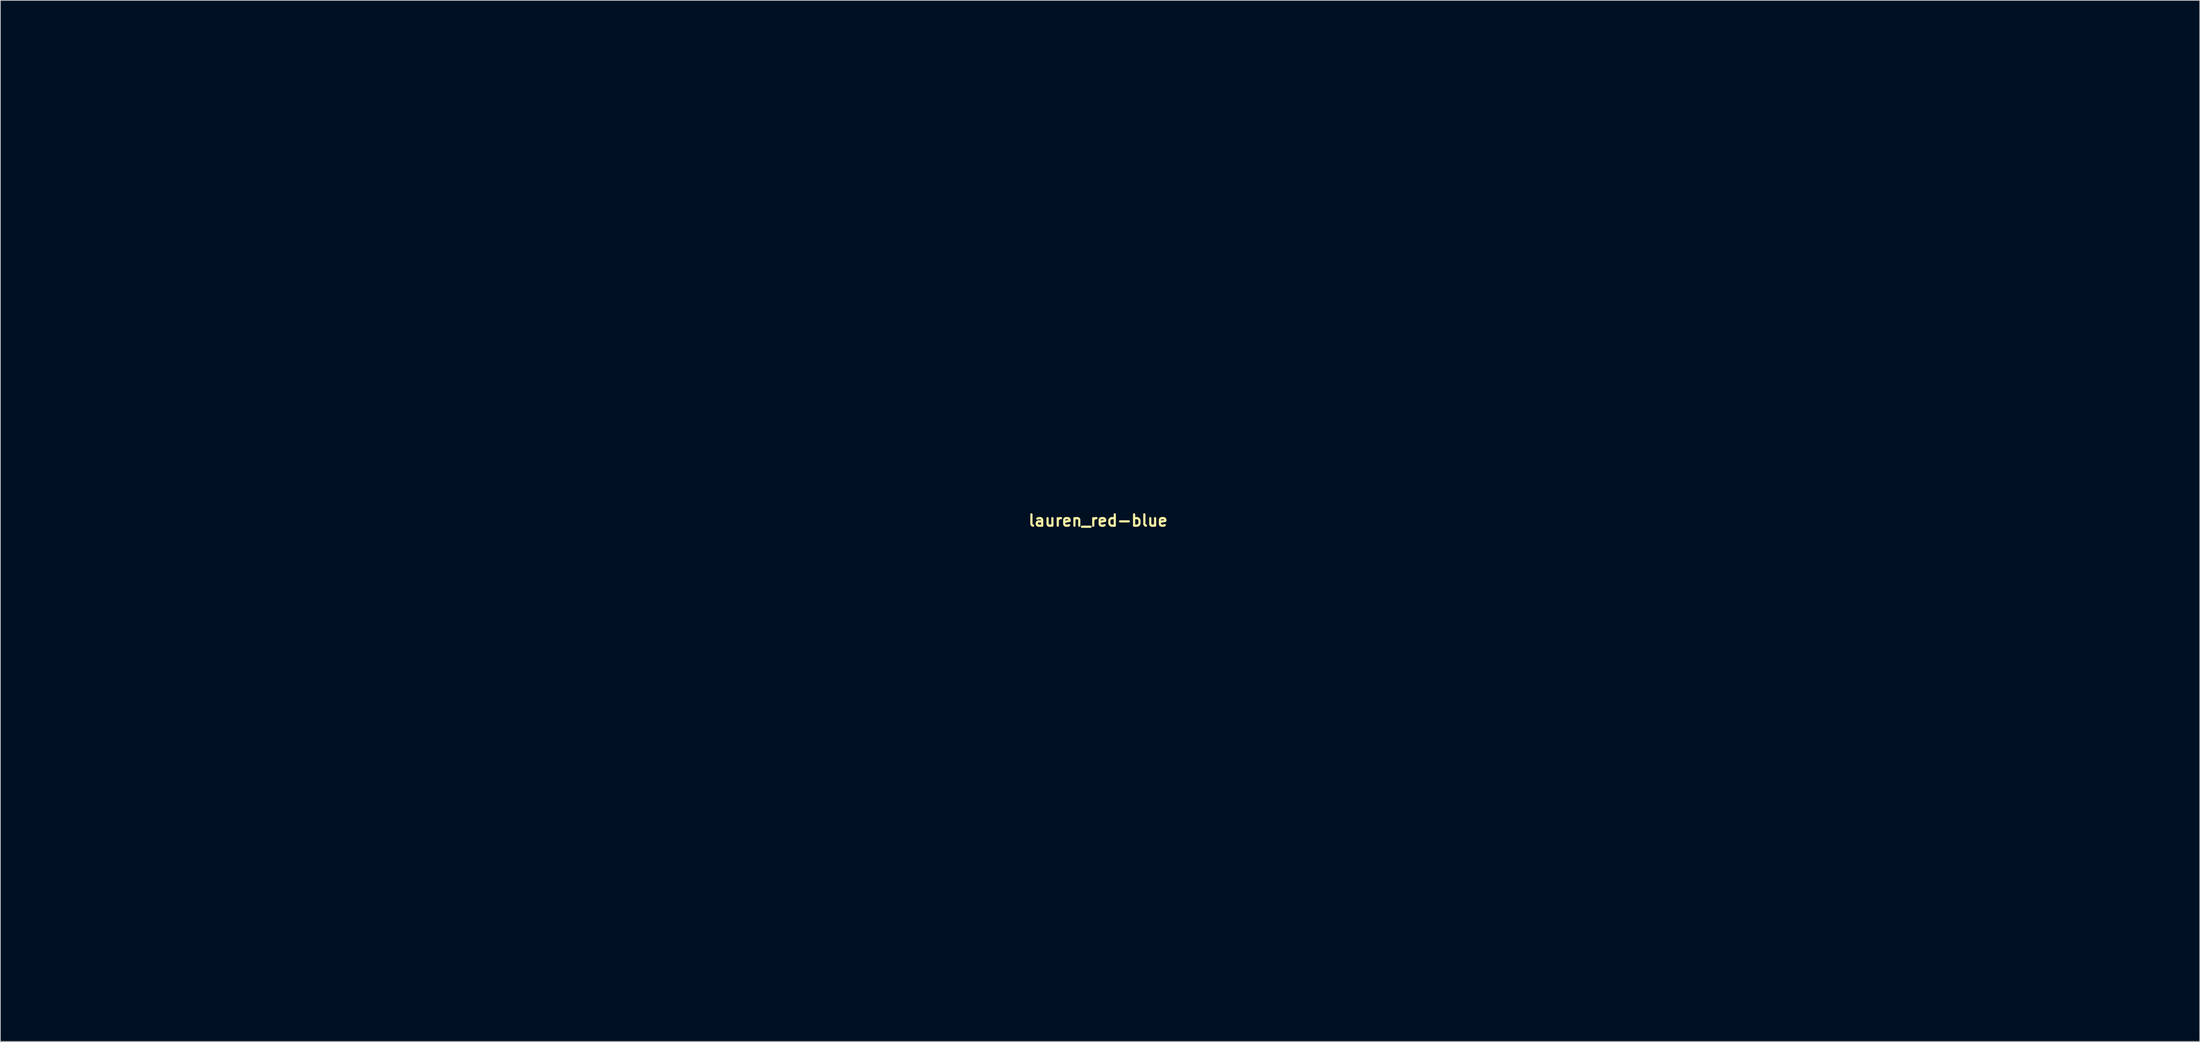
<source format=kicad_pcb>
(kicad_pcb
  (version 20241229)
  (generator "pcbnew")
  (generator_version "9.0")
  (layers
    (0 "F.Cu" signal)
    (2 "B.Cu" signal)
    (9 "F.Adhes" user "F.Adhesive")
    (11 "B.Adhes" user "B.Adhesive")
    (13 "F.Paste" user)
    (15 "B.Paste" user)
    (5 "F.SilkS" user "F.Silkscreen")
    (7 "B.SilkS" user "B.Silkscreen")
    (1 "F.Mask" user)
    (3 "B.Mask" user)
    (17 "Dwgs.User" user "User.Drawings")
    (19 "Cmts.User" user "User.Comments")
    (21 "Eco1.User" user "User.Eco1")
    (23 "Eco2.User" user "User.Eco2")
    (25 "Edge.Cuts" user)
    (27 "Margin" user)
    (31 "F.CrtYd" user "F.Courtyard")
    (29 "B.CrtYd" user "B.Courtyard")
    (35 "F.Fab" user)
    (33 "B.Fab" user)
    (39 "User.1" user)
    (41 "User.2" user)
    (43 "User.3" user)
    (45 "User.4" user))
  (footprint "lauren_red-blue"
    (layer "F.Cu")
    (at 145.168 67.264)
    (property "Reference" "lauren_red-blue" (at 0 0 0) (layer "F.SilkS") (effects (font (size 1.524 1.524) (thickness 0.3))))
    (attr through_hole)
    (fp_poly (pts (xy 145.697 39.864) (xy -50.8 39.864) (xy -50.8 36.689) (xy 145.697 36.689)) (stroke (width 0) (type solid)) (fill yes) (layer "F.Mask"))
    (fp_poly (pts (xy -80.826 -59.202) (xy -80.84 -57.848) (xy -80.776 -56.84) (xy -80.575 -55.957) (xy -80.179 -54.978) (xy -79.53 -53.681) (xy -79.207 -53.063) (xy -78.219 -51.006) (xy -77.637 -49.389) (xy -77.48 -48.477) (xy -77.435 -47.096) (xy -90.406 -47.003) (xy -103.378 -46.911) (xy -103.283 -54.412) (xy -103.188 -61.913) (xy -91.976 -62.024) (xy -80.764 -62.136)) (stroke (width 0) (type solid)) (fill yes) (layer "F.Mask"))
    (fp_poly (pts (xy -43.921 56.268) (xy -45.97 56.374) (xy -48.018 56.481) (xy -47.91 57.786) (xy -47.767 58.663) (xy -47.412 59.065) (xy -46.744 59.21) (xy -45.775 59.46) (xy -45.381 60.01) (xy -45.426 60.877) (xy -45.672 61.478) (xy -46.248 61.711) (xy -46.784 61.736) (xy -47.978 61.736) (xy -47.978 64.341) (xy -47.995 65.687) (xy -48.078 66.49) (xy -48.272 66.912) (xy -48.623 67.115) (xy -48.772 67.158) (xy -49.776 67.354) (xy -50.392 67.231) (xy -50.765 66.893) (xy -50.928 66.38) (xy -51.035 65.279) (xy -51.087 63.555) (xy -51.086 61.174) (xy -51.073 60.102) (xy -50.976 53.799) (xy -43.921 53.799)) (stroke (width 0) (type solid)) (fill yes) (layer "F.Mask"))
    (fp_poly (pts (xy 54.987 59.796) (xy 55.21 53.799) (xy 58.032 53.799) (xy 58.128 60.374) (xy 58.224 66.949) (xy 56.986 67.093) (xy 55.998 67.112) (xy 55.26 66.962) (xy 55.22 66.942) (xy 54.868 66.477) (xy 54.428 65.523) (xy 53.987 64.276) (xy 53.935 64.103) (xy 53.433 62.511) (xy 53.074 61.604) (xy 52.849 61.381) (xy 52.752 61.839) (xy 52.775 62.973) (xy 52.82 63.691) (xy 52.901 65.112) (xy 52.877 66.002) (xy 52.723 66.532) (xy 52.417 66.872) (xy 52.371 66.907) (xy 51.784 67.262) (xy 51.526 67.333) (xy 51.059 67.235) (xy 50.528 67.131) (xy 49.726 66.977) (xy 49.822 60.388) (xy 49.918 53.799) (xy 53.061 53.799)) (stroke (width 0) (type solid)) (fill yes) (layer "F.Mask"))
    (fp_poly (pts (xy 30.339 0.353) (xy 21.519 0.353) (xy 21.519 6.703) (xy 26.811 6.703) (xy 26.855 8.114) (xy 26.884 9.157) (xy 26.899 9.948) (xy 26.899 10.054) (xy 26.875 10.851) (xy 26.703 11.323) (xy 26.239 11.556) (xy 25.335 11.634) (xy 24.165 11.642) (xy 21.519 11.642) (xy 21.519 17.992) (xy 30.339 17.992) (xy 30.339 22.931) (xy 23.096 22.931) (xy 20.497 22.92) (xy 18.535 22.884) (xy 17.141 22.819) (xy 16.246 22.722) (xy 15.783 22.587) (xy 15.683 22.488) (xy 15.647 22.046) (xy 15.619 20.979) (xy 15.598 19.367) (xy 15.586 17.292) (xy 15.583 14.834) (xy 15.589 12.073) (xy 15.604 9.09) (xy 15.606 8.818) (xy 15.699 -4.41) (xy 23.019 -4.505) (xy 30.339 -4.6)) (stroke (width 0) (type solid)) (fill yes) (layer "F.Mask"))
    (fp_poly (pts (xy -95.827 -4.602) (xy -91.651 -4.597) (xy -87.819 -4.59) (xy -84.379 -4.581) (xy -81.378 -4.569) (xy -78.863 -4.555) (xy -76.883 -4.54) (xy -75.485 -4.522) (xy -74.716 -4.503) (xy -74.576 -4.491) (xy -74.521 -4.11) (xy -74.452 -3.132) (xy -74.374 -1.665) (xy -74.294 0.184) (xy -74.216 2.306) (xy -74.201 2.766) (xy -73.971 9.878) (xy -137.408 9.878) (xy -139.854 7.056) (xy -140.885 5.896) (xy -141.757 4.967) (xy -142.363 4.381) (xy -142.579 4.233) (xy -142.932 3.951) (xy -143.334 3.299) (xy -143.643 2.567) (xy -143.717 2.046) (xy -143.683 1.984) (xy -143.738 1.604) (xy -144.178 0.992) (xy -144.2 0.969) (xy -144.65 0.288) (xy -144.916 -0.685) (xy -145.052 -2.153) (xy -145.053 -2.193) (xy -145.168 -4.562) (xy -109.945 -4.599) (xy -105.022 -4.603) (xy -100.3 -4.604)) (stroke (width 0) (type solid)) (fill yes) (layer "F.Mask"))
    (fp_poly (pts (xy 36.905 53.677) (xy 38.202 54.373) (xy 38.532 54.648) (xy 39.68 55.675) (xy 39.808 59.69) (xy 39.825 62.067) (xy 39.685 63.852) (xy 39.356 65.146) (xy 38.806 66.051) (xy 38.004 66.67) (xy 37.595 66.864) (xy 36.099 67.314) (xy 34.826 67.238) (xy 33.593 66.674) (xy 32.86 66.133) (xy 32.346 65.471) (xy 32.016 64.559) (xy 31.833 63.267) (xy 31.758 61.467) (xy 31.75 60.285) (xy 31.802 58.079) (xy 31.982 56.464) (xy 31.988 56.444) (xy 34.925 56.444) (xy 34.925 60.266) (xy 34.938 62.119) (xy 34.995 63.367) (xy 35.126 64.108) (xy 35.361 64.443) (xy 35.729 64.472) (xy 36.131 64.344) (xy 36.383 64.134) (xy 36.548 63.653) (xy 36.643 62.781) (xy 36.684 61.397) (xy 36.689 60.287) (xy 36.689 56.444) (xy 34.925 56.444) (xy 31.988 56.444) (xy 32.324 55.334) (xy 32.863 54.579) (xy 33.634 54.093) (xy 33.762 54.041) (xy 35.476 53.573)) (stroke (width 0) (type solid)) (fill yes) (layer "F.Mask"))
    (fp_poly (pts (xy 104.163 -62.02) (xy 106.269 -61.986) (xy 107.786 -61.924) (xy 108.754 -61.833) (xy 109.212 -61.712) (xy 109.23 -61.698) (xy 109.473 -61.148) (xy 109.637 -60.104) (xy 109.72 -58.772) (xy 109.72 -57.359) (xy 109.637 -56.072) (xy 109.467 -55.117) (xy 109.291 -54.751) (xy 108.847 -54.582) (xy 107.873 -54.458) (xy 106.318 -54.376) (xy 104.137 -54.335) (xy 102.411 -54.328) (xy 95.956 -54.328) (xy 95.956 -44.473) (xy 99.924 -44.373) (xy 103.893 -44.274) (xy 103.893 -36.865) (xy 99.914 -36.765) (xy 95.936 -36.666) (xy 96.034 -31.827) (xy 96.132 -26.988) (xy 102.742 -26.892) (xy 105.147 -26.864) (xy 106.936 -26.821) (xy 108.197 -26.706) (xy 109.019 -26.462) (xy 109.488 -26.031) (xy 109.695 -25.356) (xy 109.725 -24.379) (xy 109.669 -23.044) (xy 109.642 -22.4) (xy 109.537 -19.579) (xy 98.334 -19.486) (xy 87.131 -19.393) (xy 87.222 -40.653) (xy 87.312 -61.913) (xy 98.03 -62.006) (xy 101.429 -62.026)) (stroke (width 0) (type solid)) (fill yes) (layer "F.Mask"))
    (fp_poly (pts (xy 107.509 53.698) (xy 110.949 53.799) (xy 110.949 56.268) (xy 108.9 56.374) (xy 106.851 56.481) (xy 106.96 57.786) (xy 107.097 58.657) (xy 107.446 59.053) (xy 108.212 59.201) (xy 108.215 59.201) (xy 108.992 59.348) (xy 109.305 59.741) (xy 109.361 60.524) (xy 109.307 61.332) (xy 109 61.667) (xy 108.227 61.736) (xy 108.105 61.736) (xy 107.288 61.777) (xy 106.957 62.038) (xy 106.933 62.728) (xy 106.959 63.059) (xy 107.063 63.874) (xy 107.332 64.268) (xy 107.974 64.409) (xy 108.656 64.443) (xy 109.721 64.486) (xy 110.516 64.522) (xy 110.684 64.531) (xy 110.997 64.871) (xy 111.125 65.718) (xy 111.125 65.769) (xy 111.125 66.979) (xy 107.743 67.092) (xy 106.275 67.126) (xy 105.097 67.125) (xy 104.368 67.091) (xy 104.215 67.057) (xy 104.169 66.675) (xy 104.13 65.699) (xy 104.098 64.241) (xy 104.077 62.414) (xy 104.069 60.329) (xy 104.069 60.253) (xy 104.069 53.597)) (stroke (width 0) (type solid)) (fill yes) (layer "F.Mask"))
    (fp_poly (pts (xy -46.453 -62.083) (xy -44.898 -62.055) (xy -43.589 -61.983) (xy -42.698 -61.879) (xy -42.425 -61.8) (xy -42.319 -61.573) (xy -42.228 -61.005) (xy -42.15 -60.051) (xy -42.085 -58.663) (xy -42.031 -56.795) (xy -41.985 -54.4) (xy -41.948 -51.433) (xy -41.918 -47.847) (xy -41.896 -44.255) (xy -41.804 -26.988) (xy -35.101 -26.811) (xy -28.399 -26.635) (xy -28.399 -19.579) (xy -39.557 -19.486) (xy -50.715 -19.393) (xy -50.929 -20.192) (xy -50.969 -20.685) (xy -51.006 -21.817) (xy -51.041 -23.523) (xy -51.072 -25.736) (xy -51.098 -28.39) (xy -51.12 -31.419) (xy -51.136 -34.757) (xy -51.145 -38.338) (xy -51.148 -40.985) (xy -51.147 -45.29) (xy -51.142 -48.943) (xy -51.131 -52) (xy -51.112 -54.513) (xy -51.085 -56.538) (xy -51.047 -58.129) (xy -50.997 -59.34) (xy -50.935 -60.226) (xy -50.857 -60.84) (xy -50.763 -61.236) (xy -50.652 -61.47) (xy -50.598 -61.535) (xy -50.163 -61.803) (xy -49.418 -61.972) (xy -48.231 -62.06) (xy -46.471 -62.084)) (stroke (width 0) (type solid)) (fill yes) (layer "F.Mask"))
    (fp_poly (pts (xy 90.766 53.788) (xy 92.341 54.284) (xy 93.364 55.188) (xy 93.508 55.427) (xy 93.882 56.702) (xy 93.898 58.21) (xy 93.573 59.618) (xy 93.213 60.292) (xy 92.476 61.29) (xy 93.334 64.071) (xy 93.727 65.352) (xy 94.026 66.334) (xy 94.18 66.857) (xy 94.192 66.901) (xy 93.887 67.004) (xy 93.166 67.08) (xy 92.317 67.116) (xy 91.628 67.095) (xy 91.404 67.046) (xy 91.159 66.637) (xy 90.787 65.73) (xy 90.36 64.503) (xy 90.265 64.206) (xy 89.434 61.56) (xy 89.255 64.206) (xy 89.076 66.851) (xy 87.569 66.96) (xy 86.062 67.069) (xy 86.158 60.434) (xy 86.195 57.856) (xy 89.253 57.856) (xy 89.39 58.883) (xy 89.781 59.28) (xy 90.396 59.023) (xy 90.593 58.843) (xy 90.961 58.125) (xy 90.952 57.311) (xy 90.586 56.725) (xy 90.459 56.659) (xy 89.734 56.475) (xy 89.372 56.727) (xy 89.257 57.531) (xy 89.253 57.856) (xy 86.195 57.856) (xy 86.254 53.799) (xy 88.622 53.695)) (stroke (width 0) (type solid)) (fill yes) (layer "F.Mask"))
    (fp_poly (pts (xy -24.424 -4.571) (xy -23.512 -4.502) (xy -22.993 -4.341) (xy -22.71 -4.05) (xy -22.587 -3.792) (xy -22.377 -3.213) (xy -21.993 -2.084) (xy -21.475 -0.526) (xy -20.863 1.34) (xy -20.213 3.345) (xy -18.168 9.688) (xy -17.992 2.639) (xy -17.815 -4.41) (xy -12.171 -4.41) (xy -12.171 22.754) (xy -18.521 22.754) (xy -19.295 20.461) (xy -19.694 19.262) (xy -20.243 17.593) (xy -20.875 15.657) (xy -21.523 13.656) (xy -21.661 13.229) (xy -23.253 8.29) (xy -23.283 22.931) (xy -26.068 22.931) (xy -27.538 22.901) (xy -28.441 22.796) (xy -28.916 22.589) (xy -29.066 22.373) (xy -29.116 21.901) (xy -29.161 20.807) (xy -29.201 19.175) (xy -29.235 17.088) (xy -29.26 14.63) (xy -29.276 11.884) (xy -29.281 9.172) (xy -29.275 6.236) (xy -29.258 3.51) (xy -29.232 1.078) (xy -29.198 -0.976) (xy -29.158 -2.569) (xy -29.112 -3.617) (xy -29.066 -4.028) (xy -28.819 -4.312) (xy -28.252 -4.484) (xy -27.233 -4.567) (xy -25.884 -4.586)) (stroke (width 0) (type solid)) (fill yes) (layer "F.Mask"))
    (fp_poly (pts (xy 143 53.694) (xy 144.328 54.359) (xy 144.689 54.676) (xy 145.414 55.574) (xy 145.648 56.447) (xy 145.632 56.881) (xy 145.481 57.656) (xy 145.08 58.007) (xy 144.241 58.139) (xy 143.364 58.144) (xy 142.932 57.876) (xy 142.735 57.345) (xy 142.303 56.602) (xy 141.81 56.444) (xy 141.199 56.633) (xy 141.159 57.172) (xy 141.671 58.025) (xy 142.717 59.154) (xy 143.404 59.783) (xy 144.513 60.776) (xy 145.191 61.483) (xy 145.544 62.072) (xy 145.677 62.714) (xy 145.697 63.463) (xy 145.427 65.103) (xy 144.607 66.307) (xy 143.347 67.049) (xy 142.221 67.344) (xy 141.184 67.233) (xy 140.053 66.763) (xy 138.929 65.89) (xy 138.42 64.915) (xy 138.163 63.77) (xy 138.353 63.11) (xy 139.052 62.828) (xy 139.654 62.794) (xy 140.648 62.92) (xy 141.195 63.367) (xy 141.292 63.548) (xy 141.757 64.167) (xy 142.195 64.159) (xy 142.451 63.571) (xy 142.218 62.899) (xy 141.36 61.922) (xy 140.625 61.259) (xy 139.146 59.79) (xy 138.309 58.42) (xy 138.072 57.058) (xy 138.291 55.909) (xy 139.024 54.693) (xy 140.171 53.895) (xy 141.556 53.551)) (stroke (width 0) (type solid)) (fill yes) (layer "F.Mask"))
    (fp_poly (pts (xy -28.617 53.827) (xy -27.687 54.418) (xy -27.544 54.536) (xy -26.458 55.449) (xy -26.458 60.29) (xy -26.467 62.251) (xy -26.504 63.637) (xy -26.586 64.575) (xy -26.73 65.197) (xy -26.953 65.629) (xy -27.198 65.925) (xy -28.579 66.938) (xy -30.177 67.339) (xy -31.825 67.089) (xy -31.966 67.035) (xy -32.705 66.548) (xy -33.451 65.792) (xy -33.465 65.775) (xy -33.791 65.292) (xy -34.007 64.731) (xy -34.136 63.942) (xy -34.2 62.777) (xy -34.219 61.089) (xy -34.219 60.613) (xy -34.208 60.149) (xy -31.234 60.149) (xy -31.23 62.171) (xy -31.07 63.541) (xy -30.74 64.297) (xy -30.226 64.479) (xy -29.709 64.259) (xy -29.492 63.898) (xy -29.369 63.088) (xy -29.332 61.739) (xy -29.356 60.296) (xy -29.409 58.651) (xy -29.482 57.582) (xy -29.604 56.959) (xy -29.806 56.651) (xy -30.12 56.529) (xy -30.251 56.508) (xy -30.637 56.465) (xy -30.892 56.546) (xy -31.048 56.873) (xy -31.137 57.567) (xy -31.192 58.746) (xy -31.234 60.149) (xy -34.208 60.149) (xy -34.159 58.195) (xy -33.953 56.39) (xy -33.563 55.114) (xy -32.951 54.281) (xy -32.077 53.807) (xy -31.044 53.619) (xy -29.639 53.586)) (stroke (width 0) (type solid)) (fill yes) (layer "F.Mask"))
    (fp_poly (pts (xy 19.682 53.882) (xy 20.895 54.653) (xy 21.614 55.921) (xy 21.754 56.533) (xy 21.965 57.856) (xy 20.474 57.856) (xy 19.474 57.785) (xy 18.969 57.515) (xy 18.799 57.15) (xy 18.418 56.611) (xy 17.846 56.457) (xy 17.371 56.704) (xy 17.251 57.062) (xy 17.229 57.987) (xy 17.24 59.257) (xy 17.275 60.687) (xy 17.329 62.09) (xy 17.395 63.28) (xy 17.466 64.072) (xy 17.512 64.285) (xy 17.947 64.555) (xy 18.424 64.206) (xy 18.697 63.676) (xy 19.042 63.091) (xy 19.638 62.839) (xy 20.452 62.794) (xy 21.366 62.843) (xy 21.773 63.067) (xy 21.872 63.589) (xy 21.872 63.66) (xy 21.558 65.098) (xy 20.714 66.251) (xy 19.49 67.027) (xy 18.033 67.336) (xy 16.494 67.085) (xy 16.365 67.035) (xy 15.634 66.552) (xy 14.879 65.791) (xy 14.84 65.742) (xy 14.524 65.295) (xy 14.311 64.811) (xy 14.187 64.153) (xy 14.134 63.184) (xy 14.137 61.769) (xy 14.173 60.037) (xy 14.224 58.132) (xy 14.285 56.801) (xy 14.383 55.912) (xy 14.544 55.332) (xy 14.794 54.93) (xy 15.159 54.575) (xy 15.277 54.473) (xy 16.206 53.883) (xy 17.347 53.643) (xy 17.992 53.622)) (stroke (width 0) (type solid)) (fill yes) (layer "F.Mask"))
    (fp_poly (pts (xy 72.935 53.717) (xy 74.386 54.185) (xy 75.479 55.057) (xy 75.577 55.189) (xy 75.74 55.753) (xy 75.833 56.714) (xy 75.842 57.083) (xy 75.847 58.604) (xy 74.538 58.494) (xy 73.615 58.322) (xy 73.162 57.913) (xy 73.023 57.503) (xy 72.606 56.774) (xy 72.127 56.621) (xy 71.816 56.676) (xy 71.609 56.923) (xy 71.479 57.489) (xy 71.399 58.496) (xy 71.343 60.069) (xy 71.336 60.294) (xy 71.312 62.16) (xy 71.378 63.413) (xy 71.558 64.142) (xy 71.875 64.436) (xy 72.355 64.385) (xy 72.437 64.356) (xy 72.856 63.919) (xy 73.032 63.209) (xy 72.957 62.512) (xy 72.625 62.11) (xy 72.496 62.089) (xy 72.104 61.821) (xy 71.968 60.967) (xy 71.967 60.854) (xy 71.967 59.619) (xy 75.847 59.619) (xy 75.847 62.288) (xy 75.786 64.057) (xy 75.562 65.276) (xy 75.111 66.093) (xy 74.369 66.656) (xy 73.89 66.881) (xy 72.381 67.322) (xy 71.086 67.219) (xy 69.984 66.707) (xy 69.169 66.029) (xy 68.609 65.082) (xy 68.268 63.747) (xy 68.11 61.906) (xy 68.088 60.537) (xy 68.152 58.235) (xy 68.358 56.532) (xy 68.734 55.329) (xy 69.306 54.53) (xy 69.849 54.152) (xy 71.349 53.693)) (stroke (width 0) (type solid)) (fill yes) (layer "F.Mask"))
    (fp_poly (pts (xy -91.903 53.625) (xy -89.165 53.637) (xy -87.005 53.659) (xy -85.357 53.695) (xy -84.157 53.746) (xy -83.341 53.817) (xy -82.845 53.908) (xy -82.603 54.024) (xy -82.55 54.139) (xy -82.852 54.74) (xy -83.782 55.21) (xy -85.251 55.547) (xy -86.346 55.819) (xy -87.225 56.188) (xy -87.368 56.282) (xy -88.226 56.67) (xy -88.961 56.786) (xy -89.661 56.936) (xy -90.105 57.493) (xy -90.312 58.033) (xy -90.53 58.959) (xy -90.393 59.708) (xy -89.986 60.456) (xy -89.457 61.668) (xy -89.261 62.907) (xy -89.435 63.901) (xy -89.523 64.055) (xy -89.981 64.502) (xy -90.62 64.656) (xy -91.547 64.499) (xy -92.867 64.013) (xy -94.664 63.19) (xy -96.618 62.255) (xy -98.051 61.616) (xy -99.081 61.28) (xy -99.83 61.247) (xy -100.417 61.522) (xy -100.962 62.108) (xy -101.583 63.009) (xy -101.833 63.386) (xy -102.536 64.533) (xy -102.821 65.26) (xy -102.732 65.682) (xy -102.707 65.709) (xy -102.318 66.387) (xy -102.555 66.877) (xy -103.188 67.028) (xy -103.85 66.905) (xy -104.069 66.668) (xy -104.356 66.467) (xy -104.902 66.518) (xy -105.794 66.465) (xy -106.754 65.85) (xy -107.774 64.973) (xy -107.893 59.298) (xy -108.012 53.622) (xy -95.281 53.622)) (stroke (width 0) (type solid)) (fill yes) (layer "F.Mask"))
    (fp_poly (pts (xy -11.77 53.744) (xy -10.306 54.138) (xy -9.315 54.903) (xy -8.979 55.418) (xy -8.543 56.82) (xy -8.495 58.374) (xy -8.822 59.788) (xy -9.203 60.46) (xy -9.938 61.395) (xy -9.203 63.575) (xy -8.819 64.799) (xy -8.553 65.818) (xy -8.467 66.353) (xy -8.761 66.986) (xy -9.542 67.257) (xy -10.437 67.165) (xy -10.92 66.938) (xy -11.308 66.438) (xy -11.687 65.518) (xy -12.051 64.343) (xy -12.446 63.107) (xy -12.808 62.188) (xy -13.071 61.751) (xy -13.107 61.736) (xy -13.25 62.06) (xy -13.355 62.917) (xy -13.404 64.134) (xy -13.406 64.382) (xy -13.438 65.654) (xy -13.524 66.605) (xy -13.646 67.058) (xy -13.67 67.073) (xy -14.804 67.177) (xy -15.689 67.095) (xy -16.098 66.856) (xy -16.14 66.395) (xy -16.167 65.349) (xy -16.177 63.838) (xy -16.17 61.984) (xy -16.148 60.137) (xy -16.113 57.856) (xy -13.406 57.856) (xy -13.347 58.778) (xy -13.109 59.186) (xy -12.692 59.267) (xy -11.991 58.956) (xy -11.582 58.395) (xy -11.436 57.436) (xy -11.855 56.725) (xy -12.733 56.444) (xy -12.743 56.444) (xy -13.18 56.58) (xy -13.372 57.103) (xy -13.406 57.856) (xy -16.113 57.856) (xy -16.051 53.799) (xy -13.788 53.692)) (stroke (width 0) (type solid)) (fill yes) (layer "F.Mask"))
    (fp_poly (pts (xy 125.877 53.746) (xy 127.131 54.383) (xy 128.021 55.423) (xy 128.405 56.792) (xy 128.411 56.993) (xy 128.365 57.779) (xy 128.089 58.122) (xy 127.377 58.206) (xy 127.038 58.208) (xy 126.109 58.138) (xy 125.645 57.841) (xy 125.444 57.326) (xy 125.011 56.597) (xy 124.524 56.444) (xy 123.922 56.632) (xy 123.905 57.184) (xy 124.463 58.081) (xy 125.589 59.304) (xy 126.118 59.808) (xy 127.221 60.855) (xy 127.898 61.6) (xy 128.251 62.209) (xy 128.384 62.848) (xy 128.4 63.513) (xy 128.094 65.127) (xy 127.287 66.352) (xy 126.106 67.12) (xy 124.679 67.361) (xy 123.134 67.007) (xy 122.512 66.685) (xy 121.755 66.102) (xy 121.293 65.354) (xy 121.006 64.211) (xy 120.925 63.676) (xy 120.972 63.214) (xy 121.397 62.975) (xy 122.283 62.864) (xy 123.227 62.845) (xy 123.704 63.043) (xy 123.941 63.566) (xy 123.965 63.658) (xy 124.291 64.407) (xy 124.748 64.466) (xy 125.268 63.991) (xy 125.44 63.653) (xy 125.326 63.257) (xy 124.847 62.685) (xy 123.921 61.819) (xy 123.57 61.508) (xy 122.063 60.02) (xy 121.154 58.704) (xy 120.794 57.449) (xy 120.933 56.149) (xy 121.014 55.881) (xy 121.542 54.866) (xy 122.459 54.165) (xy 122.834 53.984) (xy 124.399 53.588)) (stroke (width 0) (type solid)) (fill yes) (layer "F.Mask"))
    (fp_poly (pts (xy -46.546 -4.557) (xy -45.642 -4.451) (xy -45.167 -4.244) (xy -45.017 -4.028) (xy -44.962 -3.544) (xy -44.913 -2.447) (xy -44.871 -0.833) (xy -44.837 1.207) (xy -44.814 3.578) (xy -44.803 6.187) (xy -44.803 6.888) (xy -44.802 9.86) (xy -44.795 12.205) (xy -44.776 14.004) (xy -44.74 15.334) (xy -44.681 16.276) (xy -44.593 16.908) (xy -44.47 17.309) (xy -44.308 17.56) (xy -44.1 17.738) (xy -44.019 17.795) (xy -43.137 18.271) (xy -42.406 18.219) (xy -41.783 17.844) (xy -41.59 17.668) (xy -41.435 17.402) (xy -41.311 16.968) (xy -41.215 16.292) (xy -41.139 15.295) (xy -41.077 13.901) (xy -41.025 12.035) (xy -40.976 9.618) (xy -40.924 6.575) (xy -40.922 6.467) (xy -40.746 -4.41) (xy -35.101 -4.41) (xy -35.101 6.703) (xy -35.103 9.804) (xy -35.112 12.283) (xy -35.133 14.22) (xy -35.17 15.698) (xy -35.229 16.799) (xy -35.316 17.607) (xy -35.434 18.202) (xy -35.589 18.667) (xy -35.785 19.084) (xy -35.861 19.226) (xy -37.094 21.015) (xy -38.628 22.259) (xy -39.593 22.737) (xy -40.985 23.095) (xy -42.722 23.237) (xy -44.477 23.16) (xy -45.923 22.858) (xy -46.038 22.816) (xy -47.797 21.905) (xy -49.079 20.661) (xy -49.901 19.304) (xy -50.8 17.5) (xy -50.8 -4.586) (xy -48.016 -4.586)) (stroke (width 0) (type solid)) (fill yes) (layer "F.Mask"))
    (fp_poly (pts (xy -109.729 -34.579) (xy -105.719 -34.574) (xy -101.709 -34.565) (xy -97.763 -34.551) (xy -93.941 -34.533) (xy -90.307 -34.511) (xy -86.924 -34.484) (xy -83.853 -34.454) (xy -81.156 -34.42) (xy -78.897 -34.382) (xy -77.138 -34.341) (xy -75.94 -34.296) (xy -75.367 -34.248) (xy -75.327 -34.233) (xy -75.255 -33.794) (xy -75.173 -32.758) (xy -75.086 -31.232) (xy -75.001 -29.324) (xy -74.923 -27.142) (xy -74.897 -26.292) (xy -74.677 -18.69) (xy -105.902 -18.701) (xy -110.535 -18.705) (xy -114.965 -18.714) (xy -119.142 -18.727) (xy -123.015 -18.744) (xy -126.533 -18.765) (xy -129.646 -18.789) (xy -132.303 -18.815) (xy -134.453 -18.844) (xy -136.046 -18.876) (xy -137.03 -18.908) (xy -137.355 -18.94) (xy -137.471 -19.384) (xy -137.553 -20.328) (xy -137.583 -21.531) (xy -137.524 -23.009) (xy -137.316 -24.008) (xy -136.911 -24.748) (xy -136.878 -24.791) (xy -136.422 -25.732) (xy -136.186 -26.954) (xy -136.179 -28.2) (xy -136.411 -29.214) (xy -136.701 -29.633) (xy -137.068 -30.328) (xy -137.224 -31.651) (xy -137.231 -32.102) (xy -137.211 -33.248) (xy -137.092 -33.877) (xy -136.78 -34.179) (xy -136.183 -34.341) (xy -136.128 -34.352) (xy -135.545 -34.399) (xy -134.339 -34.44) (xy -132.571 -34.476) (xy -130.305 -34.506) (xy -127.602 -34.531) (xy -124.526 -34.551) (xy -121.138 -34.565) (xy -117.501 -34.575) (xy -113.677 -34.579)) (stroke (width 0) (type solid)) (fill yes) (layer "F.Mask"))
    (fp_poly (pts (xy -97.16 23.643) (xy -93.439 23.653) (xy -89.89 23.669) (xy -86.597 23.693) (xy -83.642 23.723) (xy -81.106 23.757) (xy -79.073 23.796) (xy -77.625 23.839) (xy -77.174 23.86) (xy -73.025 24.095) (xy -73.025 25.09) (xy -73.315 26.097) (xy -74.061 26.85) (xy -74.968 27.88) (xy -75.333 29.015) (xy -75.644 30.088) (xy -76.108 30.94) (xy -76.202 31.047) (xy -76.809 31.868) (xy -77.082 32.457) (xy -77.7 33.749) (xy -78.654 35.073) (xy -79.716 36.13) (xy -80.089 36.393) (xy -80.936 37.105) (xy -81.088 37.807) (xy -80.721 38.376) (xy -80.495 38.868) (xy -80.574 39.064) (xy -80.969 39.12) (xy -81.989 39.172) (xy -83.561 39.221) (xy -85.609 39.266) (xy -88.059 39.307) (xy -90.836 39.343) (xy -93.866 39.374) (xy -97.075 39.401) (xy -100.387 39.421) (xy -103.728 39.436) (xy -107.024 39.445) (xy -110.199 39.447) (xy -113.18 39.442) (xy -115.892 39.43) (xy -118.259 39.41) (xy -120.208 39.382) (xy -121.664 39.347) (xy -122.553 39.302) (xy -122.806 39.257) (xy -122.813 38.822) (xy -122.806 37.817) (xy -122.786 36.378) (xy -122.755 34.642) (xy -122.743 34.043) (xy -122.709 32.064) (xy -122.691 30.169) (xy -122.689 28.555) (xy -122.703 27.416) (xy -122.708 27.287) (xy -122.701 26.152) (xy -122.504 25.431) (xy -122.009 24.836) (xy -121.698 24.564) (xy -120.622 23.658) (xy -100.972 23.642)) (stroke (width 0) (type solid)) (fill yes) (layer "F.Mask"))
    (fp_poly (pts (xy 45.745 -4.395) (xy 47.262 -4.121) (xy 48.435 -3.659) (xy 49.381 -2.976) (xy 50.22 -2.039) (xy 50.235 -2.018) (xy 51.113 -0.616) (xy 51.635 0.914) (xy 51.86 2.79) (xy 51.879 3.978) (xy 51.725 6.078) (xy 51.251 7.714) (xy 50.386 9.086) (xy 49.77 9.747) (xy 48.636 10.851) (xy 50.233 15.921) (xy 50.813 17.78) (xy 51.332 19.47) (xy 51.744 20.844) (xy 52.005 21.754) (xy 52.058 21.96) (xy 52.288 22.931) (xy 49.448 22.931) (xy 47.712 22.871) (xy 46.657 22.693) (xy 46.324 22.49) (xy 46.134 22.008) (xy 45.8 20.976) (xy 45.364 19.526) (xy 44.865 17.791) (xy 44.627 16.938) (xy 44.023 14.825) (xy 43.541 13.323) (xy 43.152 12.355) (xy 42.825 11.842) (xy 42.607 11.71) (xy 42.377 11.723) (xy 42.209 11.928) (xy 42.091 12.425) (xy 42.011 13.311) (xy 41.955 14.684) (xy 41.911 16.642) (xy 41.901 17.174) (xy 41.804 22.754) (xy 38.89 22.857) (xy 35.975 22.959) (xy 36.067 9.275) (xy 36.128 0.353) (xy 41.981 0.353) (xy 41.981 7.056) (xy 43.062 7.056) (xy 44.061 6.946) (xy 44.778 6.716) (xy 45.502 5.983) (xy 45.987 4.838) (xy 46.131 3.562) (xy 46.076 3.102) (xy 45.515 1.707) (xy 44.549 0.752) (xy 43.303 0.357) (xy 43.154 0.353) (xy 41.981 0.353) (xy 36.128 0.353) (xy 36.16 -4.41) (xy 41.202 -4.508) (xy 43.764 -4.513)) (stroke (width 0) (type solid)) (fill yes) (layer "F.Mask"))
    (fp_poly (pts (xy -119.529 -66.898) (xy -119.15 -66.015) (xy -118.71 -64.776) (xy -118.519 -64.18) (xy -117.958 -62.36) (xy -117.509 -61.101) (xy -117.045 -60.3) (xy -116.438 -59.854) (xy -115.562 -59.661) (xy -114.288 -59.616) (xy -112.876 -59.619) (xy -111.32 -59.597) (xy -110.064 -59.536) (xy -109.25 -59.446) (xy -109.012 -59.355) (xy -109.286 -59.056) (xy -110.021 -58.455) (xy -111.097 -57.649) (xy -112.043 -56.974) (xy -113.307 -56.078) (xy -114.341 -55.326) (xy -115.014 -54.811) (xy -115.206 -54.639) (xy -115.156 -54.235) (xy -114.914 -53.312) (xy -114.521 -52.016) (xy -114.124 -50.8) (xy -113.643 -49.301) (xy -113.286 -48.048) (xy -113.092 -47.192) (xy -113.082 -46.892) (xy -113.42 -46.969) (xy -114.201 -47.398) (xy -115.305 -48.105) (xy -116.454 -48.905) (xy -117.772 -49.816) (xy -118.903 -50.527) (xy -119.717 -50.959) (xy -120.06 -51.048) (xy -120.504 -50.78) (xy -121.371 -50.186) (xy -122.52 -49.363) (xy -123.386 -48.727) (xy -124.79 -47.694) (xy -125.726 -47.033) (xy -126.286 -46.692) (xy -126.561 -46.614) (xy -126.645 -46.745) (xy -126.647 -46.795) (xy -126.546 -47.208) (xy -126.273 -48.136) (xy -125.876 -49.421) (xy -125.589 -50.327) (xy -125.135 -51.809) (xy -124.783 -53.085) (xy -124.58 -53.976) (xy -124.549 -54.244) (xy -124.838 -54.712) (xy -125.621 -55.472) (xy -126.8 -56.435) (xy -127.762 -57.15) (xy -130.956 -59.443) (xy -126.773 -59.619) (xy -122.59 -59.796) (xy -121.356 -63.585) (xy -120.837 -65.08) (xy -120.363 -66.276) (xy -119.987 -67.045) (xy -119.779 -67.264)) (stroke (width 0) (type solid)) (fill yes) (layer "F.Mask"))
    (fp_poly (pts (xy 1.524 -4.404) (xy 3.011 -4.374) (xy 4.071 -4.301) (xy 4.842 -4.166) (xy 5.464 -3.951) (xy 6.076 -3.636) (xy 6.354 -3.474) (xy 7.848 -2.281) (xy 8.823 -1.005) (xy 9.096 -0.511) (xy 9.306 -0.038) (xy 9.461 0.51) (xy 9.568 1.23) (xy 9.638 2.22) (xy 9.678 3.577) (xy 9.696 5.398) (xy 9.701 7.781) (xy 9.701 9.172) (xy 9.696 11.922) (xy 9.677 14.06) (xy 9.637 15.677) (xy 9.571 16.867) (xy 9.474 17.722) (xy 9.338 18.335) (xy 9.159 18.799) (xy 9.081 18.951) (xy 7.872 20.606) (xy 6.318 21.929) (xy 5.391 22.436) (xy 4.595 22.638) (xy 3.341 22.791) (xy 1.777 22.895) (xy 0.051 22.95) (xy -1.69 22.954) (xy -3.298 22.908) (xy -4.624 22.81) (xy -5.521 22.659) (xy -5.836 22.488) (xy -5.872 22.046) (xy -5.901 20.979) (xy -5.921 19.367) (xy -5.933 17.292) (xy -5.937 14.834) (xy -5.931 12.073) (xy -5.915 9.09) (xy -5.913 8.818) (xy -5.854 0.353) (xy 0 0.353) (xy 0 17.992) (xy 1.074 17.992) (xy 2.284 17.668) (xy 3.015 17.126) (xy 3.309 16.814) (xy 3.528 16.483) (xy 3.682 16.03) (xy 3.783 15.352) (xy 3.843 14.347) (xy 3.871 12.913) (xy 3.88 10.945) (xy 3.881 9.236) (xy 3.876 6.825) (xy 3.857 5.015) (xy 3.813 3.703) (xy 3.735 2.784) (xy 3.613 2.155) (xy 3.437 1.71) (xy 3.199 1.347) (xy 3.149 1.282) (xy 2.283 0.549) (xy 1.209 0.353) (xy 0 0.353) (xy -5.854 0.353) (xy -5.821 -4.41) (xy -0.529 -4.41)) (stroke (width 0) (type solid)) (fill yes) (layer "F.Mask"))
    (fp_poly (pts (xy 125.075 -62.088) (xy 126.589 -62.021) (xy 127.871 -61.914) (xy 128.747 -61.772) (xy 129.033 -61.648) (xy 129.261 -61.171) (xy 129.655 -60.15) (xy 130.167 -58.714) (xy 130.751 -56.993) (xy 131.046 -56.092) (xy 131.751 -53.928) (xy 132.595 -51.355) (xy 133.494 -48.63) (xy 134.361 -46.011) (xy 134.763 -44.803) (xy 136.822 -38.629) (xy 136.85 -49.936) (xy 136.866 -53.344) (xy 136.898 -56.096) (xy 136.947 -58.239) (xy 137.016 -59.822) (xy 137.106 -60.893) (xy 137.218 -61.5) (xy 137.301 -61.666) (xy 137.81 -61.836) (xy 138.835 -61.969) (xy 140.187 -62.059) (xy 141.678 -62.101) (xy 143.12 -62.09) (xy 144.323 -62.021) (xy 145.098 -61.889) (xy 145.139 -61.875) (xy 145.256 -61.775) (xy 145.355 -61.539) (xy 145.439 -61.113) (xy 145.508 -60.446) (xy 145.563 -59.486) (xy 145.607 -58.182) (xy 145.64 -56.48) (xy 145.665 -54.328) (xy 145.681 -51.676) (xy 145.691 -48.471) (xy 145.696 -44.66) (xy 145.697 -40.522) (xy 145.697 -19.383) (xy 140.85 -19.481) (xy 136.003 -19.579) (xy 135.398 -21.343) (xy 135.111 -22.207) (xy 134.654 -23.615) (xy 134.069 -25.438) (xy 133.396 -27.547) (xy 132.678 -29.813) (xy 132.457 -30.515) (xy 131.714 -32.862) (xy 130.986 -35.146) (xy 130.32 -37.224) (xy 129.76 -38.951) (xy 129.355 -40.183) (xy 129.284 -40.393) (xy 128.446 -42.862) (xy 128.341 -31.221) (xy 128.235 -19.579) (xy 123.913 -19.48) (xy 119.592 -19.381) (xy 119.592 -40.521) (xy 119.593 -44.942) (xy 119.598 -48.709) (xy 119.609 -51.875) (xy 119.626 -54.491) (xy 119.65 -56.61) (xy 119.684 -58.283) (xy 119.729 -59.563) (xy 119.786 -60.501) (xy 119.855 -61.149) (xy 119.94 -61.56) (xy 120.04 -61.786) (xy 120.15 -61.875) (xy 120.866 -62.009) (xy 122.041 -62.087) (xy 123.501 -62.112)) (stroke (width 0) (type solid)) (fill yes) (layer "F.Mask"))
    (fp_poly (pts (xy 136.859 -4.554) (xy 138.595 -4.467) (xy 139.963 -4.337) (xy 140.794 -4.175) (xy 142.767 -3.153) (xy 144.319 -1.63) (xy 144.997 -0.519) (xy 145.23 -0.002) (xy 145.407 0.525) (xy 145.534 1.162) (xy 145.617 2.007) (xy 145.663 3.157) (xy 145.677 4.711) (xy 145.665 6.767) (xy 145.635 9.422) (xy 145.632 9.654) (xy 145.521 18.286) (xy 144.458 19.814) (xy 143.337 21.061) (xy 141.994 22.047) (xy 141.825 22.137) (xy 141.127 22.457) (xy 140.416 22.678) (xy 139.545 22.818) (xy 138.366 22.894) (xy 136.732 22.926) (xy 135.253 22.931) (xy 133.238 22.92) (xy 131.821 22.88) (xy 130.895 22.8) (xy 130.353 22.668) (xy 130.089 22.473) (xy 130.036 22.373) (xy 129.987 21.901) (xy 129.941 20.807) (xy 129.901 19.175) (xy 129.868 17.088) (xy 129.843 14.63) (xy 129.827 11.884) (xy 129.822 9.172) (xy 129.828 6.236) (xy 129.845 3.51) (xy 129.87 1.078) (xy 129.882 0.353) (xy 135.819 0.353) (xy 135.819 8.937) (xy 135.829 11.33) (xy 135.855 13.486) (xy 135.895 15.304) (xy 135.947 16.687) (xy 136.007 17.534) (xy 136.055 17.756) (xy 136.705 17.979) (xy 137.664 17.87) (xy 138.4 17.586) (xy 139.106 17.118) (xy 139.43 16.792) (xy 139.508 16.336) (xy 139.577 15.286) (xy 139.634 13.752) (xy 139.674 11.847) (xy 139.693 9.68) (xy 139.695 9.084) (xy 139.692 6.621) (xy 139.676 4.765) (xy 139.637 3.417) (xy 139.567 2.481) (xy 139.457 1.856) (xy 139.299 1.446) (xy 139.083 1.151) (xy 138.994 1.058) (xy 137.977 0.486) (xy 137.054 0.353) (xy 135.819 0.353) (xy 129.882 0.353) (xy 129.904 -0.976) (xy 129.945 -2.569) (xy 129.991 -3.617) (xy 130.036 -4.028) (xy 130.225 -4.259) (xy 130.656 -4.418) (xy 131.439 -4.517) (xy 132.686 -4.569) (xy 134.507 -4.586) (xy 134.923 -4.586)) (stroke (width 0) (type solid)) (fill yes) (layer "F.Mask"))
    (fp_poly (pts (xy 23.359 -62.062) (xy 24.625 -61.972) (xy 25.389 -61.808) (xy 25.722 -61.597) (xy 26.046 -61.027) (xy 26.076 -60.803) (xy 26.066 -60.398) (xy 26.058 -59.36) (xy 26.053 -57.761) (xy 26.05 -55.672) (xy 26.05 -53.166) (xy 26.052 -50.315) (xy 26.058 -47.19) (xy 26.064 -44.576) (xy 26.106 -28.65) (xy 27.129 -27.554) (xy 28.327 -26.656) (xy 29.564 -26.459) (xy 30.806 -26.966) (xy 31.424 -27.49) (xy 32.456 -28.521) (xy 32.456 -44.909) (xy 32.459 -48.835) (xy 32.469 -52.113) (xy 32.488 -54.798) (xy 32.518 -56.946) (xy 32.559 -58.615) (xy 32.615 -59.86) (xy 32.686 -60.739) (xy 32.774 -61.307) (xy 32.881 -61.621) (xy 32.948 -61.705) (xy 33.602 -61.912) (xy 34.935 -62.017) (xy 36.924 -62.021) (xy 37.269 -62.013) (xy 41.099 -61.913) (xy 41.19 -45.17) (xy 41.211 -41.036) (xy 41.221 -37.542) (xy 41.213 -34.624) (xy 41.179 -32.216) (xy 41.114 -30.254) (xy 41.011 -28.671) (xy 40.862 -27.404) (xy 40.661 -26.387) (xy 40.401 -25.555) (xy 40.075 -24.843) (xy 39.677 -24.186) (xy 39.2 -23.519) (xy 38.888 -23.107) (xy 37.028 -21.235) (xy 34.716 -19.887) (xy 31.996 -19.085) (xy 30.163 -18.872) (xy 27.91 -18.864) (xy 26.062 -19.097) (xy 25.674 -19.196) (xy 22.981 -20.313) (xy 20.73 -21.957) (xy 18.969 -24.082) (xy 17.75 -26.635) (xy 17.606 -27.133) (xy 17.484 -27.747) (xy 17.383 -28.544) (xy 17.3 -29.589) (xy 17.231 -30.948) (xy 17.174 -32.687) (xy 17.127 -34.872) (xy 17.087 -37.568) (xy 17.05 -40.842) (xy 17.017 -44.514) (xy 16.988 -48.796) (xy 16.979 -52.4) (xy 16.989 -55.355) (xy 17.019 -57.69) (xy 17.07 -59.433) (xy 17.142 -60.612) (xy 17.236 -61.256) (xy 17.273 -61.36) (xy 17.503 -61.683) (xy 17.867 -61.894) (xy 18.504 -62.016) (xy 19.548 -62.073) (xy 21.137 -62.089) (xy 21.489 -62.089)) (stroke (width 0) (type solid)) (fill yes) (layer "F.Mask"))
    (fp_poly (pts (xy 117.948 -4.761) (xy 120.079 -4.03) (xy 121.872 -2.789) (xy 123.226 -1.078) (xy 123.509 -0.529) (xy 123.72 -0.005) (xy 123.88 0.606) (xy 123.998 1.403) (xy 124.079 2.483) (xy 124.13 3.946) (xy 124.158 5.89) (xy 124.169 8.414) (xy 124.17 9.22) (xy 124.178 17.558) (xy 123.196 19.439) (xy 122.419 20.705) (xy 121.525 21.581) (xy 120.333 22.301) (xy 118.281 23.045) (xy 116.038 23.313) (xy 113.853 23.096) (xy 112.36 22.59) (xy 110.707 21.632) (xy 109.551 20.519) (xy 108.685 19.048) (xy 108.658 18.99) (xy 108.431 18.427) (xy 108.259 17.808) (xy 108.134 17.027) (xy 108.05 15.981) (xy 107.998 14.566) (xy 107.971 12.679) (xy 107.967 11.788) (xy 113.958 11.788) (xy 113.972 13.706) (xy 114.006 15.109) (xy 114.07 16.094) (xy 114.171 16.756) (xy 114.318 17.191) (xy 114.517 17.493) (xy 114.653 17.639) (xy 115.627 18.259) (xy 116.669 18.192) (xy 117.397 17.795) (xy 117.65 17.597) (xy 117.842 17.344) (xy 117.981 16.942) (xy 118.075 16.301) (xy 118.134 15.328) (xy 118.166 13.931) (xy 118.178 12.018) (xy 118.181 9.497) (xy 118.181 9.329) (xy 118.178 6.761) (xy 118.163 4.804) (xy 118.13 3.365) (xy 118.069 2.348) (xy 117.972 1.66) (xy 117.832 1.205) (xy 117.641 0.891) (xy 117.444 0.675) (xy 116.616 0.142) (xy 115.791 0.169) (xy 115.224 0.343) (xy 114.788 0.602) (xy 114.467 1.033) (xy 114.242 1.722) (xy 114.096 2.757) (xy 114.012 4.223) (xy 113.972 6.208) (xy 113.959 8.799) (xy 113.958 9.26) (xy 113.958 11.788) (xy 107.967 11.788) (xy 107.96 10.214) (xy 107.96 9.525) (xy 107.976 6.797) (xy 108.027 4.403) (xy 108.109 2.438) (xy 108.217 0.994) (xy 108.345 0.178) (xy 109.027 -1.245) (xy 110.172 -2.646) (xy 111.566 -3.81) (xy 112.993 -4.522) (xy 113.066 -4.544) (xy 115.577 -4.945)) (stroke (width 0) (type solid)) (fill yes) (layer "F.Mask"))
    (fp_poly (pts (xy 96.621 -4.73) (xy 97.84 -4.294) (xy 97.911 -4.263) (xy 99.429 -3.497) (xy 100.488 -2.674) (xy 101.319 -1.591) (xy 101.726 -0.882) (xy 101.962 -0.405) (xy 102.144 0.098) (xy 102.277 0.722) (xy 102.37 1.564) (xy 102.43 2.721) (xy 102.464 4.29) (xy 102.478 6.367) (xy 102.482 9.049) (xy 102.482 9.172) (xy 102.479 11.88) (xy 102.465 13.979) (xy 102.432 15.566) (xy 102.374 16.737) (xy 102.282 17.589) (xy 102.151 18.219) (xy 101.971 18.723) (xy 101.737 19.199) (xy 101.723 19.226) (xy 100.418 21.088) (xy 98.798 22.354) (xy 96.797 23.061) (xy 94.468 23.247) (xy 93.055 23.164) (xy 91.735 22.986) (xy 91.033 22.823) (xy 89.638 22.083) (xy 88.315 20.88) (xy 87.281 19.443) (xy 86.863 18.471) (xy 86.688 17.457) (xy 86.558 15.739) (xy 86.476 13.322) (xy 86.44 10.205) (xy 86.438 8.955) (xy 86.447 6.3) (xy 86.449 6.131) (xy 92.091 6.131) (xy 92.11 8.4) (xy 92.136 10.043) (xy 92.178 12.423) (xy 92.223 14.199) (xy 92.283 15.47) (xy 92.37 16.339) (xy 92.498 16.906) (xy 92.678 17.271) (xy 92.923 17.536) (xy 93.084 17.671) (xy 94.025 18.242) (xy 94.836 18.206) (xy 95.725 17.548) (xy 95.795 17.479) (xy 96.082 17.176) (xy 96.298 16.855) (xy 96.452 16.418) (xy 96.555 15.764) (xy 96.617 14.795) (xy 96.648 13.412) (xy 96.66 11.516) (xy 96.661 9.172) (xy 96.659 6.702) (xy 96.647 4.838) (xy 96.614 3.482) (xy 96.55 2.535) (xy 96.444 1.896) (xy 96.287 1.468) (xy 96.068 1.151) (xy 95.795 0.866) (xy 94.851 0.153) (xy 94.015 0.095) (xy 93.156 0.683) (xy 93.142 0.697) (xy 92.776 1.113) (xy 92.5 1.595) (xy 92.304 2.242) (xy 92.178 3.148) (xy 92.11 4.413) (xy 92.091 6.131) (xy 86.449 6.131) (xy 86.47 4.25) (xy 86.517 2.704) (xy 86.593 1.561) (xy 86.705 0.72) (xy 86.862 0.081) (xy 87.069 -0.458) (xy 87.101 -0.529) (xy 88.223 -2.374) (xy 89.663 -3.671) (xy 91.517 -4.479) (xy 93.864 -4.859) (xy 95.412 -4.901)) (stroke (width 0) (type solid)) (fill yes) (layer "F.Mask"))
    (fp_poly (pts (xy 61.885 -62.084) (xy 63.951 -62.013) (xy 65.827 -61.904) (xy 67.383 -61.758) (xy 68.492 -61.576) (xy 68.579 -61.554) (xy 71.155 -60.552) (xy 73.283 -59.006) (xy 74.958 -56.923) (xy 76.176 -54.31) (xy 76.909 -51.308) (xy 77.064 -48.673) (xy 76.741 -46.016) (xy 75.993 -43.497) (xy 74.869 -41.273) (xy 73.422 -39.503) (xy 72.983 -39.125) (xy 72.182 -38.427) (xy 71.869 -37.916) (xy 71.938 -37.397) (xy 71.982 -37.289) (xy 72.221 -36.64) (xy 72.612 -35.466) (xy 73.119 -33.882) (xy 73.709 -32.001) (xy 74.346 -29.937) (xy 74.996 -27.805) (xy 75.625 -25.717) (xy 76.197 -23.788) (xy 76.679 -22.132) (xy 77.035 -20.863) (xy 77.231 -20.094) (xy 77.258 -19.93) (xy 77.173 -19.703) (xy 76.843 -19.554) (xy 76.161 -19.473) (xy 75.017 -19.448) (xy 73.304 -19.47) (xy 72.795 -19.48) (xy 68.331 -19.579) (xy 66.506 -26.106) (xy 65.894 -28.296) (xy 65.31 -30.392) (xy 64.795 -32.244) (xy 64.39 -33.704) (xy 64.151 -34.572) (xy 63.815 -35.682) (xy 63.488 -36.28) (xy 63.03 -36.541) (xy 62.509 -36.623) (xy 61.396 -36.733) (xy 61.207 -19.579) (xy 56.927 -19.48) (xy 55.092 -19.45) (xy 53.843 -19.467) (xy 53.063 -19.545) (xy 52.634 -19.694) (xy 52.438 -19.928) (xy 52.429 -19.95) (xy 52.389 -20.399) (xy 52.352 -21.489) (xy 52.317 -23.155) (xy 52.286 -25.333) (xy 52.26 -27.959) (xy 52.238 -30.968) (xy 52.223 -34.295) (xy 52.213 -37.877) (xy 52.211 -40.881) (xy 52.213 -43.744) (xy 61.383 -43.744) (xy 63.165 -43.744) (xy 64.434 -43.848) (xy 65.576 -44.109) (xy 65.939 -44.258) (xy 66.954 -45.149) (xy 67.67 -46.502) (xy 68.057 -48.125) (xy 68.081 -49.827) (xy 67.711 -51.416) (xy 67.282 -52.242) (xy 66.226 -53.434) (xy 64.94 -54.096) (xy 63.236 -54.321) (xy 63.059 -54.323) (xy 61.383 -54.328) (xy 61.383 -43.744) (xy 52.213 -43.744) (xy 52.215 -45.468) (xy 52.226 -49.39) (xy 52.247 -52.687) (xy 52.277 -55.4) (xy 52.317 -57.569) (xy 52.369 -59.234) (xy 52.433 -60.436) (xy 52.51 -61.215) (xy 52.6 -61.61) (xy 52.634 -61.666) (xy 53.162 -61.84) (xy 54.265 -61.972) (xy 55.817 -62.061) (xy 57.69 -62.109) (xy 59.755 -62.116)) (stroke (width 0) (type solid)) (fill yes) (layer "F.Mask"))
    (fp_poly (pts (xy -3.762 -62.061) (xy -2.369 -61.981) (xy -1.512 -61.836) (xy -1.11 -61.622) (xy -0.922 -61.145) (xy -0.623 -60.09) (xy -0.243 -58.571) (xy 0.19 -56.7) (xy 0.648 -54.593) (xy 0.709 -54.302) (xy 1.274 -51.614) (xy 1.933 -48.516) (xy 2.625 -45.288) (xy 3.29 -42.21) (xy 3.725 -40.217) (xy 4.325 -37.475) (xy 4.993 -34.429) (xy 5.669 -31.341) (xy 6.297 -28.475) (xy 6.711 -26.585) (xy 7.156 -24.537) (xy 7.542 -22.716) (xy 7.846 -21.239) (xy 8.045 -20.222) (xy 8.114 -19.783) (xy 7.859 -19.606) (xy 7.059 -19.499) (xy 5.662 -19.458) (xy 3.62 -19.48) (xy -0.874 -19.579) (xy -1.312 -22.049) (xy -1.607 -23.775) (xy -1.849 -24.931) (xy -2.16 -25.629) (xy -2.663 -25.983) (xy -3.482 -26.105) (xy -4.74 -26.108) (xy -5.739 -26.1) (xy -7.289 -26.074) (xy -8.585 -26.007) (xy -9.458 -25.911) (xy -9.722 -25.836) (xy -9.948 -25.385) (xy -10.212 -24.422) (xy -10.465 -23.135) (xy -10.517 -22.807) (xy -10.739 -21.463) (xy -10.949 -20.388) (xy -11.109 -19.776) (xy -11.134 -19.721) (xy -11.544 -19.597) (xy -12.514 -19.496) (xy -13.898 -19.428) (xy -15.543 -19.403) (xy -19.756 -19.403) (xy -19.754 -20.373) (xy -19.654 -21.392) (xy -19.416 -22.548) (xy -19.397 -22.619) (xy -19.22 -23.337) (xy -18.907 -24.695) (xy -18.469 -26.642) (xy -17.918 -29.127) (xy -17.265 -32.1) (xy -16.966 -33.469) (xy -8.706 -33.469) (xy -8.453 -33.283) (xy -7.798 -33.192) (xy -6.61 -33.162) (xy -6.094 -33.161) (xy -3.32 -33.161) (xy -4.574 -40.72) (xy -4.951 -42.946) (xy -5.302 -44.932) (xy -5.608 -46.574) (xy -5.848 -47.768) (xy -6.005 -48.411) (xy -6.039 -48.49) (xy -6.186 -48.272) (xy -6.391 -47.505) (xy -6.615 -46.339) (xy -6.676 -45.958) (xy -7.215 -42.514) (xy -7.682 -39.58) (xy -8.07 -37.197) (xy -8.374 -35.402) (xy -8.587 -34.235) (xy -8.688 -33.778) (xy -8.706 -33.469) (xy -16.966 -33.469) (xy -16.521 -35.511) (xy -15.696 -39.309) (xy -14.802 -43.443) (xy -13.851 -47.863) (xy -13.599 -49.036) (xy -12.883 -52.359) (xy -12.295 -55.056) (xy -11.819 -57.191) (xy -11.438 -58.83) (xy -11.138 -60.037) (xy -10.902 -60.876) (xy -10.714 -61.413) (xy -10.558 -61.712) (xy -10.452 -61.819) (xy -9.961 -61.92) (xy -8.917 -62.003) (xy -7.474 -62.061) (xy -5.784 -62.083) (xy -5.776 -62.083)) (stroke (width 0) (type solid)) (fill yes) (layer "F.Mask"))
    (fp_poly (pts (xy 69.32 -4.586) (xy 70.585 -4.561) (xy 71.327 -4.447) (xy 71.727 -4.192) (xy 71.944 -3.792) (xy 72.104 -3.19) (xy 72.349 -2.024) (xy 72.652 -0.428) (xy 72.988 1.464) (xy 73.241 2.965) (xy 73.566 4.887) (xy 73.856 6.515) (xy 74.092 7.743) (xy 74.253 8.467) (xy 74.317 8.609) (xy 74.396 8.171) (xy 74.559 7.155) (xy 74.787 5.678) (xy 75.061 3.862) (xy 75.314 2.157) (xy 75.618 0.148) (xy 75.9 -1.621) (xy 76.14 -3.029) (xy 76.319 -3.958) (xy 76.406 -4.281) (xy 76.837 -4.439) (xy 77.752 -4.538) (xy 78.932 -4.578) (xy 80.16 -4.561) (xy 81.216 -4.485) (xy 81.882 -4.352) (xy 81.994 -4.276) (xy 82.001 -3.832) (xy 81.885 -2.836) (xy 81.664 -1.428) (xy 81.361 0.252) (xy 81.298 0.574) (xy 80.971 2.273) (xy 80.549 4.493) (xy 80.066 7.063) (xy 79.554 9.81) (xy 79.045 12.563) (xy 78.836 13.702) (xy 78.393 16.083) (xy 77.983 18.237) (xy 77.624 20.064) (xy 77.337 21.468) (xy 77.139 22.35) (xy 77.062 22.61) (xy 76.663 22.749) (xy 75.796 22.852) (xy 74.666 22.914) (xy 73.481 22.931) (xy 72.446 22.898) (xy 71.767 22.812) (xy 71.614 22.721) (xy 71.557 22.321) (xy 71.399 21.342) (xy 71.159 19.899) (xy 70.856 18.108) (xy 70.556 16.347) (xy 70.213 14.33) (xy 69.916 12.545) (xy 69.686 11.112) (xy 69.54 10.152) (xy 69.497 9.795) (xy 69.38 9.548) (xy 69.319 9.586) (xy 69.213 9.977) (xy 69.03 10.95) (xy 68.789 12.391) (xy 68.51 14.183) (xy 68.256 15.906) (xy 67.959 17.93) (xy 67.686 19.724) (xy 67.456 21.166) (xy 67.288 22.134) (xy 67.21 22.49) (xy 66.754 22.762) (xy 65.622 22.906) (xy 64.562 22.931) (xy 63.241 22.909) (xy 62.452 22.811) (xy 62.02 22.587) (xy 61.771 22.19) (xy 61.749 22.137) (xy 61.577 21.541) (xy 61.303 20.376) (xy 60.945 18.734) (xy 60.521 16.709) (xy 60.049 14.394) (xy 59.547 11.883) (xy 59.033 9.268) (xy 58.526 6.642) (xy 58.042 4.099) (xy 57.602 1.732) (xy 57.221 -0.366) (xy 56.92 -2.102) (xy 56.715 -3.382) (xy 56.624 -4.113) (xy 56.629 -4.247) (xy 57.06 -4.411) (xy 58.004 -4.531) (xy 59.27 -4.585) (xy 59.471 -4.586) (xy 60.515 -4.587) (xy 61.298 -4.53) (xy 61.873 -4.325) (xy 62.293 -3.881) (xy 62.612 -3.109) (xy 62.881 -1.918) (xy 63.155 -0.219) (xy 63.485 2.079) (xy 63.516 2.293) (xy 63.798 4.173) (xy 64.068 5.821) (xy 64.301 7.104) (xy 64.475 7.886) (xy 64.53 8.044) (xy 64.66 7.871) (xy 64.861 7.102) (xy 65.111 5.84) (xy 65.39 4.19) (xy 65.606 2.753) (xy 65.954 0.313) (xy 66.233 -1.517) (xy 66.488 -2.825) (xy 66.763 -3.698) (xy 67.101 -4.224) (xy 67.548 -4.489) (xy 68.148 -4.581) (xy 68.943 -4.588)) (stroke (width 0) (type solid)) (fill yes) (layer "F.Mask")))
  (gr_rect
    (start -3 -3)
    (end 293.865 137.625)
    (stroke (width 0.1) (type default))
    (fill no)
    (layer "Edge.Cuts")))
</source>
